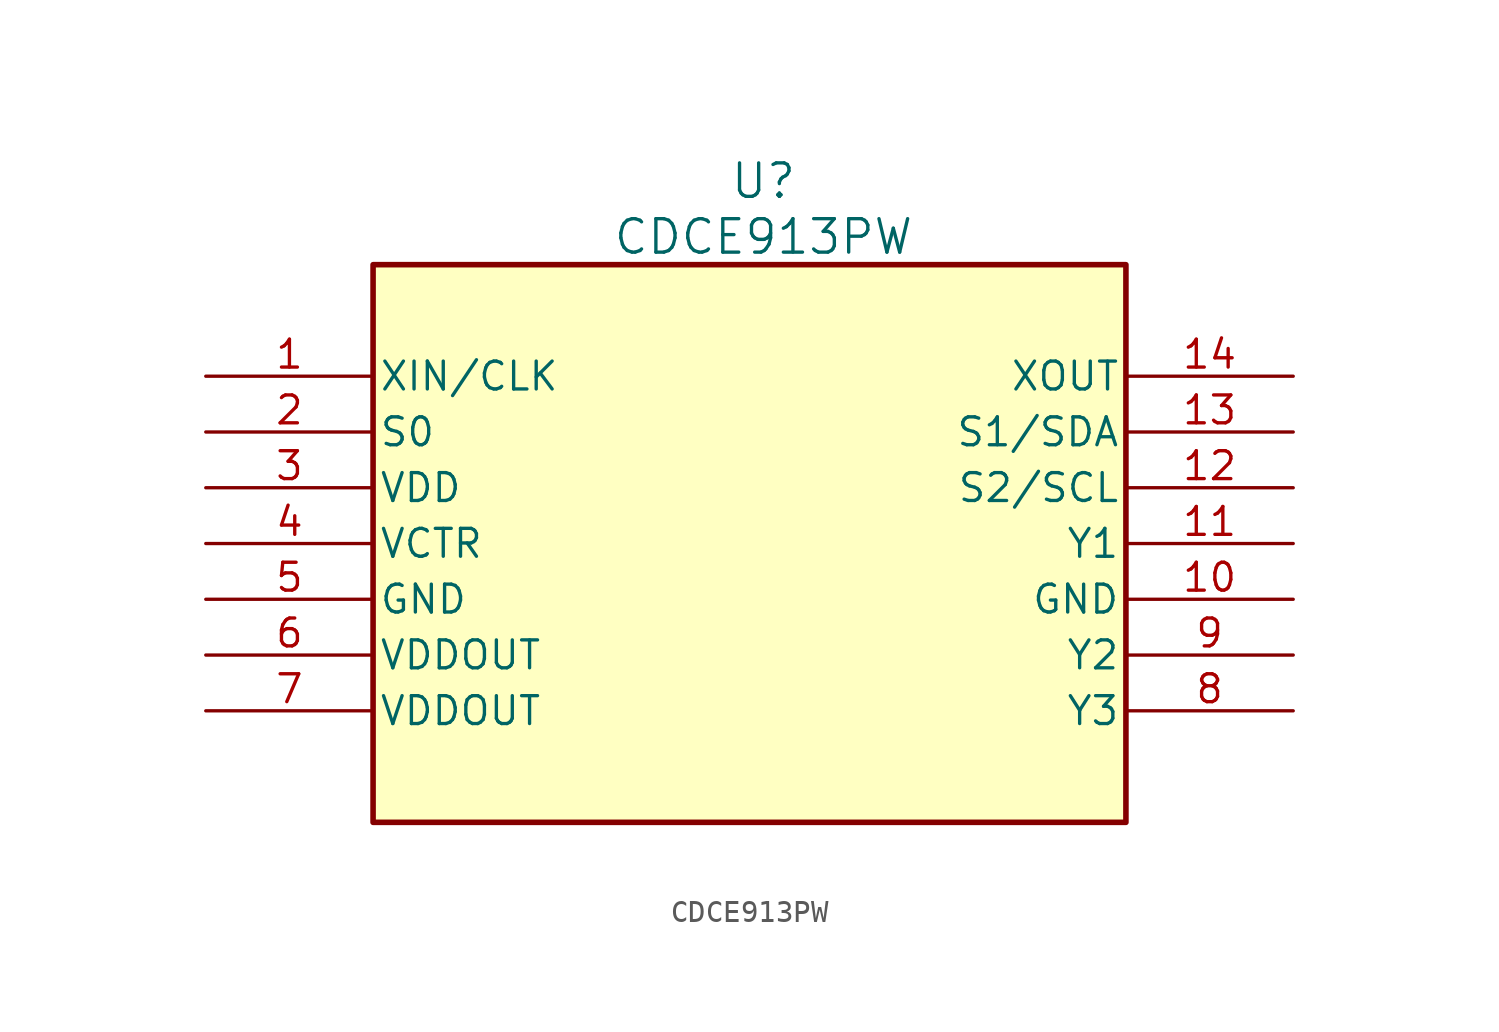
<source format=kicad_sym>
(kicad_symbol_lib
  (version 20220914)
  (generator kicad_symbol_editor)
  (symbol "CDCE913PW"
    (pin_names
      (offset 0.254))
    (property "Reference" "U"
      (at 35.56 10.16 0)
      (effects (font (size 1.524 1.524))))
    (property "Value" "CDCE913PW"
      (at 35.56 7.62 0)
      (effects (font (size 1.524 1.524))))
    (property "ki_locked" ""
      (at 0 0 0)
      (effects (font (size 1.27 1.27))))
    (symbol "CDCE913PW_0_1"
      (pin input line (at 10.16 1.27 0) (length 7.62) (name "XIN/CLK" (effects (font (size 1.27 1.27)))) (number "1" (effects (font (size 1.27 1.27)))))
      (pin power_in line (at 59.69 -8.89 180) (length 7.62) (name "GND" (effects (font (size 1.27 1.27)))) (number "10" (effects (font (size 1.27 1.27)))))
      (pin output line (at 59.69 -6.35 180) (length 7.62) (name "Y1" (effects (font (size 1.27 1.27)))) (number "11" (effects (font (size 1.27 1.27)))))
      (pin input line (at 59.69 -3.81 180) (length 7.62) (name "S2/SCL" (effects (font (size 1.27 1.27)))) (number "12" (effects (font (size 1.27 1.27)))))
      (pin bidirectional line (at 59.69 -1.27 180) (length 7.62) (name "S1/SDA" (effects (font (size 1.27 1.27)))) (number "13" (effects (font (size 1.27 1.27)))))
      (pin output line (at 59.69 1.27 180) (length 7.62) (name "XOUT" (effects (font (size 1.27 1.27)))) (number "14" (effects (font (size 1.27 1.27)))))
      (pin input line (at 10.16 -1.27 0) (length 7.62) (name "S0" (effects (font (size 1.27 1.27)))) (number "2" (effects (font (size 1.27 1.27)))))
      (pin power_in line (at 10.16 -3.81 0) (length 7.62) (name "VDD" (effects (font (size 1.27 1.27)))) (number "3" (effects (font (size 1.27 1.27)))))
      (pin input line (at 10.16 -6.35 0) (length 7.62) (name "VCTR" (effects (font (size 1.27 1.27)))) (number "4" (effects (font (size 1.27 1.27)))))
      (pin power_in line (at 10.16 -8.89 0) (length 7.62) (name "GND" (effects (font (size 1.27 1.27)))) (number "5" (effects (font (size 1.27 1.27)))))
      (pin power_in line (at 10.16 -11.43 0) (length 7.62) (name "VDDOUT" (effects (font (size 1.27 1.27)))) (number "6" (effects (font (size 1.27 1.27)))))
      (pin power_in line (at 10.16 -13.97 0) (length 7.62) (name "VDDOUT" (effects (font (size 1.27 1.27)))) (number "7" (effects (font (size 1.27 1.27)))))
      (pin output line (at 59.69 -13.97 180) (length 7.62) (name "Y3" (effects (font (size 1.27 1.27)))) (number "8" (effects (font (size 1.27 1.27)))))
      (pin output line (at 59.69 -11.43 180) (length 7.62) (name "Y2" (effects (font (size 1.27 1.27)))) (number "9" (effects (font (size 1.27 1.27))))))
    (symbol "CDCE913PW_1_1"
      (rectangle (start 17.78 6.35) (end 52.07 -19.05) (stroke (width 0.254) (type default)) (fill (type background))))))
</source>
